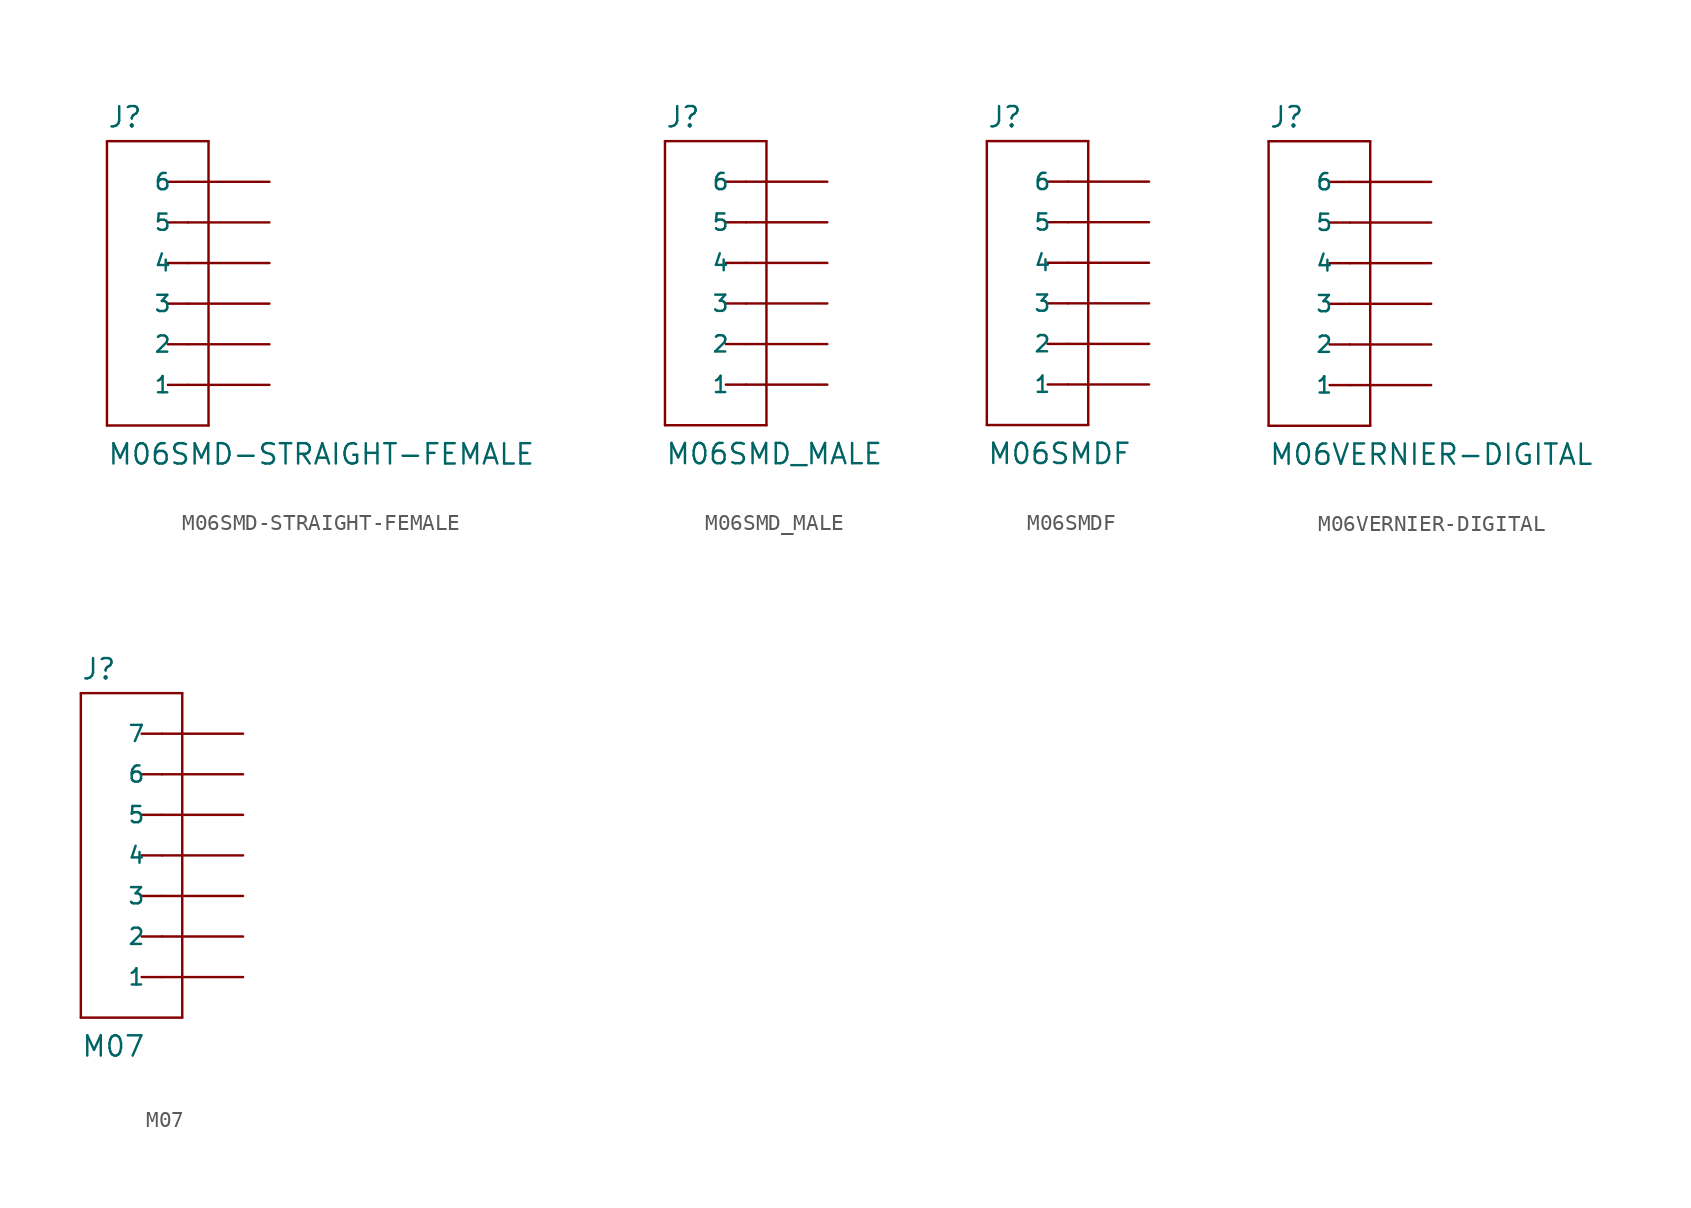
<source format=kicad_sym>
(kicad_symbol_lib
  (version 20211014)
  (generator kicad_symbol_editor)
  (symbol "M06SMD-STRAIGHT-FEMALE"
    (pin_numbers hide)
    (pin_names
      (offset 1.016))
    (property "Reference" "J"
      (at -5.08 10.922 0)
      (effects (font (size 1.27 1.27)) (justify left bottom)))
    (property "Value" "M06SMD-STRAIGHT-FEMALE"
      (at -5.08 -10.16 0)
      (effects (font (size 1.27 1.27)) (justify left bottom)))
    (property "Datasheet" ""
      (at 0 0 0)
      (effects (font (size 1.524 1.524))))
    (property "ki_locked" ""
      (at 0 0 0)
      (effects (font (size 1.27 1.27))))
    (symbol "M06SMD-STRAIGHT-FEMALE_1_0"
      (polyline (pts (xy -5.08 10.16) (xy -5.08 -7.62)) (stroke (width 0) (type default) (color 0 0 0 0)) (fill (type none)))
      (polyline (pts (xy -5.08 10.16) (xy 1.27 10.16)) (stroke (width 0) (type default) (color 0 0 0 0)) (fill (type none)))
      (polyline (pts (xy -1.27 -5.08) (xy 0 -5.08)) (stroke (width 0) (type default) (color 0 0 0 0)) (fill (type none)))
      (polyline (pts (xy -1.27 -2.54) (xy 0 -2.54)) (stroke (width 0) (type default) (color 0 0 0 0)) (fill (type none)))
      (polyline (pts (xy -1.27 0) (xy 0 0)) (stroke (width 0) (type default) (color 0 0 0 0)) (fill (type none)))
      (polyline (pts (xy -1.27 2.54) (xy 0 2.54)) (stroke (width 0) (type default) (color 0 0 0 0)) (fill (type none)))
      (polyline (pts (xy -1.27 5.08) (xy 0 5.08)) (stroke (width 0) (type default) (color 0 0 0 0)) (fill (type none)))
      (polyline (pts (xy -1.27 7.62) (xy 0 7.62)) (stroke (width 0) (type default) (color 0 0 0 0)) (fill (type none)))
      (polyline (pts (xy 1.27 -7.62) (xy -5.08 -7.62)) (stroke (width 0) (type default) (color 0 0 0 0)) (fill (type none)))
      (polyline (pts (xy 1.27 -7.62) (xy 1.27 10.16)) (stroke (width 0) (type default) (color 0 0 0 0)) (fill (type none))))
    (symbol "M06SMD-STRAIGHT-FEMALE_1_1"
      (pin passive line (at 5.08 -5.08 180) (length 5.08) (name "1" (effects (font (size 1.016 1.016)))) (number "1" (effects (font (size 1.016 1.016)))))
      (pin passive line (at 5.08 -2.54 180) (length 5.08) (name "2" (effects (font (size 1.016 1.016)))) (number "2" (effects (font (size 1.016 1.016)))))
      (pin passive line (at 5.08 0 180) (length 5.08) (name "3" (effects (font (size 1.016 1.016)))) (number "3" (effects (font (size 1.016 1.016)))))
      (pin passive line (at 5.08 2.54 180) (length 5.08) (name "4" (effects (font (size 1.016 1.016)))) (number "4" (effects (font (size 1.016 1.016)))))
      (pin passive line (at 5.08 5.08 180) (length 5.08) (name "5" (effects (font (size 1.016 1.016)))) (number "5" (effects (font (size 1.016 1.016)))))
      (pin passive line (at 5.08 7.62 180) (length 5.08) (name "6" (effects (font (size 1.016 1.016)))) (number "6" (effects (font (size 1.016 1.016)))))))
  (symbol "M06SMD_MALE"
    (pin_numbers hide)
    (pin_names
      (offset 1.016))
    (property "Reference" "J"
      (at -5.08 10.922 0)
      (effects (font (size 1.27 1.27)) (justify left bottom)))
    (property "Value" "M06SMD_MALE"
      (at -5.08 -10.16 0)
      (effects (font (size 1.27 1.27)) (justify left bottom)))
    (property "Datasheet" ""
      (at 0 0 0)
      (effects (font (size 1.524 1.524))))
    (property "ki_locked" ""
      (at 0 0 0)
      (effects (font (size 1.27 1.27))))
    (symbol "M06SMD_MALE_1_0"
      (polyline (pts (xy -5.08 10.16) (xy -5.08 -7.62)) (stroke (width 0) (type default) (color 0 0 0 0)) (fill (type none)))
      (polyline (pts (xy -5.08 10.16) (xy 1.27 10.16)) (stroke (width 0) (type default) (color 0 0 0 0)) (fill (type none)))
      (polyline (pts (xy -1.27 -5.08) (xy 0 -5.08)) (stroke (width 0) (type default) (color 0 0 0 0)) (fill (type none)))
      (polyline (pts (xy -1.27 -2.54) (xy 0 -2.54)) (stroke (width 0) (type default) (color 0 0 0 0)) (fill (type none)))
      (polyline (pts (xy -1.27 0) (xy 0 0)) (stroke (width 0) (type default) (color 0 0 0 0)) (fill (type none)))
      (polyline (pts (xy -1.27 2.54) (xy 0 2.54)) (stroke (width 0) (type default) (color 0 0 0 0)) (fill (type none)))
      (polyline (pts (xy -1.27 5.08) (xy 0 5.08)) (stroke (width 0) (type default) (color 0 0 0 0)) (fill (type none)))
      (polyline (pts (xy -1.27 7.62) (xy 0 7.62)) (stroke (width 0) (type default) (color 0 0 0 0)) (fill (type none)))
      (polyline (pts (xy 1.27 -7.62) (xy -5.08 -7.62)) (stroke (width 0) (type default) (color 0 0 0 0)) (fill (type none)))
      (polyline (pts (xy 1.27 -7.62) (xy 1.27 10.16)) (stroke (width 0) (type default) (color 0 0 0 0)) (fill (type none))))
    (symbol "M06SMD_MALE_1_1"
      (pin passive line (at 5.08 -5.08 180) (length 5.08) (name "1" (effects (font (size 1.016 1.016)))) (number "1" (effects (font (size 1.016 1.016)))))
      (pin passive line (at 5.08 -2.54 180) (length 5.08) (name "2" (effects (font (size 1.016 1.016)))) (number "2" (effects (font (size 1.016 1.016)))))
      (pin passive line (at 5.08 0 180) (length 5.08) (name "3" (effects (font (size 1.016 1.016)))) (number "3" (effects (font (size 1.016 1.016)))))
      (pin passive line (at 5.08 2.54 180) (length 5.08) (name "4" (effects (font (size 1.016 1.016)))) (number "4" (effects (font (size 1.016 1.016)))))
      (pin passive line (at 5.08 5.08 180) (length 5.08) (name "5" (effects (font (size 1.016 1.016)))) (number "5" (effects (font (size 1.016 1.016)))))
      (pin passive line (at 5.08 7.62 180) (length 5.08) (name "6" (effects (font (size 1.016 1.016)))) (number "6" (effects (font (size 1.016 1.016)))))))
  (symbol "M06SMDF"
    (pin_numbers hide)
    (pin_names
      (offset 1.016))
    (property "Reference" "J"
      (at -5.08 10.922 0)
      (effects (font (size 1.27 1.27)) (justify left bottom)))
    (property "Value" "M06SMDF"
      (at -5.08 -10.16 0)
      (effects (font (size 1.27 1.27)) (justify left bottom)))
    (property "Datasheet" ""
      (at 0 0 0)
      (effects (font (size 1.524 1.524))))
    (property "ki_locked" ""
      (at 0 0 0)
      (effects (font (size 1.27 1.27))))
    (symbol "M06SMDF_1_0"
      (polyline (pts (xy -5.08 10.16) (xy -5.08 -7.62)) (stroke (width 0) (type default) (color 0 0 0 0)) (fill (type none)))
      (polyline (pts (xy -5.08 10.16) (xy 1.27 10.16)) (stroke (width 0) (type default) (color 0 0 0 0)) (fill (type none)))
      (polyline (pts (xy -1.27 -5.08) (xy 0 -5.08)) (stroke (width 0) (type default) (color 0 0 0 0)) (fill (type none)))
      (polyline (pts (xy -1.27 -2.54) (xy 0 -2.54)) (stroke (width 0) (type default) (color 0 0 0 0)) (fill (type none)))
      (polyline (pts (xy -1.27 0) (xy 0 0)) (stroke (width 0) (type default) (color 0 0 0 0)) (fill (type none)))
      (polyline (pts (xy -1.27 2.54) (xy 0 2.54)) (stroke (width 0) (type default) (color 0 0 0 0)) (fill (type none)))
      (polyline (pts (xy -1.27 5.08) (xy 0 5.08)) (stroke (width 0) (type default) (color 0 0 0 0)) (fill (type none)))
      (polyline (pts (xy -1.27 7.62) (xy 0 7.62)) (stroke (width 0) (type default) (color 0 0 0 0)) (fill (type none)))
      (polyline (pts (xy 1.27 -7.62) (xy -5.08 -7.62)) (stroke (width 0) (type default) (color 0 0 0 0)) (fill (type none)))
      (polyline (pts (xy 1.27 -7.62) (xy 1.27 10.16)) (stroke (width 0) (type default) (color 0 0 0 0)) (fill (type none))))
    (symbol "M06SMDF_1_1"
      (pin passive line (at 5.08 -5.08 180) (length 5.08) (name "1" (effects (font (size 1.016 1.016)))) (number "1" (effects (font (size 1.016 1.016)))))
      (pin passive line (at 5.08 -2.54 180) (length 5.08) (name "2" (effects (font (size 1.016 1.016)))) (number "2" (effects (font (size 1.016 1.016)))))
      (pin passive line (at 5.08 0 180) (length 5.08) (name "3" (effects (font (size 1.016 1.016)))) (number "3" (effects (font (size 1.016 1.016)))))
      (pin passive line (at 5.08 2.54 180) (length 5.08) (name "4" (effects (font (size 1.016 1.016)))) (number "4" (effects (font (size 1.016 1.016)))))
      (pin passive line (at 5.08 5.08 180) (length 5.08) (name "5" (effects (font (size 1.016 1.016)))) (number "5" (effects (font (size 1.016 1.016)))))
      (pin passive line (at 5.08 7.62 180) (length 5.08) (name "6" (effects (font (size 1.016 1.016)))) (number "6" (effects (font (size 1.016 1.016)))))))
  (symbol "M06VERNIER-DIGITAL"
    (pin_numbers hide)
    (pin_names
      (offset 1.016))
    (property "Reference" "J"
      (at -5.08 10.922 0)
      (effects (font (size 1.27 1.27)) (justify left bottom)))
    (property "Value" "M06VERNIER-DIGITAL"
      (at -5.08 -10.16 0)
      (effects (font (size 1.27 1.27)) (justify left bottom)))
    (property "Datasheet" ""
      (at 0 0 0)
      (effects (font (size 1.524 1.524))))
    (property "ki_locked" ""
      (at 0 0 0)
      (effects (font (size 1.27 1.27))))
    (symbol "M06VERNIER-DIGITAL_1_0"
      (polyline (pts (xy -5.08 10.16) (xy -5.08 -7.62)) (stroke (width 0) (type default) (color 0 0 0 0)) (fill (type none)))
      (polyline (pts (xy -5.08 10.16) (xy 1.27 10.16)) (stroke (width 0) (type default) (color 0 0 0 0)) (fill (type none)))
      (polyline (pts (xy -1.27 -5.08) (xy 0 -5.08)) (stroke (width 0) (type default) (color 0 0 0 0)) (fill (type none)))
      (polyline (pts (xy -1.27 -2.54) (xy 0 -2.54)) (stroke (width 0) (type default) (color 0 0 0 0)) (fill (type none)))
      (polyline (pts (xy -1.27 0) (xy 0 0)) (stroke (width 0) (type default) (color 0 0 0 0)) (fill (type none)))
      (polyline (pts (xy -1.27 2.54) (xy 0 2.54)) (stroke (width 0) (type default) (color 0 0 0 0)) (fill (type none)))
      (polyline (pts (xy -1.27 5.08) (xy 0 5.08)) (stroke (width 0) (type default) (color 0 0 0 0)) (fill (type none)))
      (polyline (pts (xy -1.27 7.62) (xy 0 7.62)) (stroke (width 0) (type default) (color 0 0 0 0)) (fill (type none)))
      (polyline (pts (xy 1.27 -7.62) (xy -5.08 -7.62)) (stroke (width 0) (type default) (color 0 0 0 0)) (fill (type none)))
      (polyline (pts (xy 1.27 -7.62) (xy 1.27 10.16)) (stroke (width 0) (type default) (color 0 0 0 0)) (fill (type none))))
    (symbol "M06VERNIER-DIGITAL_1_1"
      (pin passive line (at 5.08 -5.08 180) (length 5.08) (name "1" (effects (font (size 1.016 1.016)))) (number "1" (effects (font (size 1.016 1.016)))))
      (pin passive line (at 5.08 -2.54 180) (length 5.08) (name "2" (effects (font (size 1.016 1.016)))) (number "2" (effects (font (size 1.016 1.016)))))
      (pin passive line (at 5.08 0 180) (length 5.08) (name "3" (effects (font (size 1.016 1.016)))) (number "3" (effects (font (size 1.016 1.016)))))
      (pin passive line (at 5.08 2.54 180) (length 5.08) (name "4" (effects (font (size 1.016 1.016)))) (number "4" (effects (font (size 1.016 1.016)))))
      (pin passive line (at 5.08 5.08 180) (length 5.08) (name "5" (effects (font (size 1.016 1.016)))) (number "5" (effects (font (size 1.016 1.016)))))
      (pin passive line (at 5.08 7.62 180) (length 5.08) (name "6" (effects (font (size 1.016 1.016)))) (number "6" (effects (font (size 1.016 1.016)))))))
  (symbol "M07"
    (pin_numbers hide)
    (pin_names
      (offset 1.016))
    (property "Reference" "J"
      (at -5.08 13.462 0)
      (effects (font (size 1.27 1.27)) (justify left bottom)))
    (property "Value" "M07"
      (at -5.08 -10.16 0)
      (effects (font (size 1.27 1.27)) (justify left bottom)))
    (property "Datasheet" ""
      (at 0 0 0)
      (effects (font (size 1.524 1.524))))
    (property "ki_locked" ""
      (at 0 0 0)
      (effects (font (size 1.27 1.27))))
    (symbol "M07_1_0"
      (polyline (pts (xy -5.08 12.7) (xy -5.08 -7.62)) (stroke (width 0) (type default) (color 0 0 0 0)) (fill (type none)))
      (polyline (pts (xy -5.08 12.7) (xy 1.27 12.7)) (stroke (width 0) (type default) (color 0 0 0 0)) (fill (type none)))
      (polyline (pts (xy -1.27 -5.08) (xy 0 -5.08)) (stroke (width 0) (type default) (color 0 0 0 0)) (fill (type none)))
      (polyline (pts (xy -1.27 -2.54) (xy 0 -2.54)) (stroke (width 0) (type default) (color 0 0 0 0)) (fill (type none)))
      (polyline (pts (xy -1.27 0) (xy 0 0)) (stroke (width 0) (type default) (color 0 0 0 0)) (fill (type none)))
      (polyline (pts (xy -1.27 2.54) (xy 0 2.54)) (stroke (width 0) (type default) (color 0 0 0 0)) (fill (type none)))
      (polyline (pts (xy -1.27 5.08) (xy 0 5.08)) (stroke (width 0) (type default) (color 0 0 0 0)) (fill (type none)))
      (polyline (pts (xy -1.27 7.62) (xy 0 7.62)) (stroke (width 0) (type default) (color 0 0 0 0)) (fill (type none)))
      (polyline (pts (xy -1.27 10.16) (xy 0 10.16)) (stroke (width 0) (type default) (color 0 0 0 0)) (fill (type none)))
      (polyline (pts (xy 1.27 -7.62) (xy -5.08 -7.62)) (stroke (width 0) (type default) (color 0 0 0 0)) (fill (type none)))
      (polyline (pts (xy 1.27 -7.62) (xy 1.27 12.7)) (stroke (width 0) (type default) (color 0 0 0 0)) (fill (type none))))
    (symbol "M07_1_1"
      (pin passive line (at 5.08 -5.08 180) (length 5.08) (name "1" (effects (font (size 1.016 1.016)))) (number "1" (effects (font (size 1.016 1.016)))))
      (pin passive line (at 5.08 -2.54 180) (length 5.08) (name "2" (effects (font (size 1.016 1.016)))) (number "2" (effects (font (size 1.016 1.016)))))
      (pin passive line (at 5.08 0 180) (length 5.08) (name "3" (effects (font (size 1.016 1.016)))) (number "3" (effects (font (size 1.016 1.016)))))
      (pin passive line (at 5.08 2.54 180) (length 5.08) (name "4" (effects (font (size 1.016 1.016)))) (number "4" (effects (font (size 1.016 1.016)))))
      (pin passive line (at 5.08 5.08 180) (length 5.08) (name "5" (effects (font (size 1.016 1.016)))) (number "5" (effects (font (size 1.016 1.016)))))
      (pin passive line (at 5.08 7.62 180) (length 5.08) (name "6" (effects (font (size 1.016 1.016)))) (number "6" (effects (font (size 1.016 1.016)))))
      (pin passive line (at 5.08 10.16 180) (length 5.08) (name "7" (effects (font (size 1.016 1.016)))) (number "7" (effects (font (size 1.016 1.016))))))))
</source>
